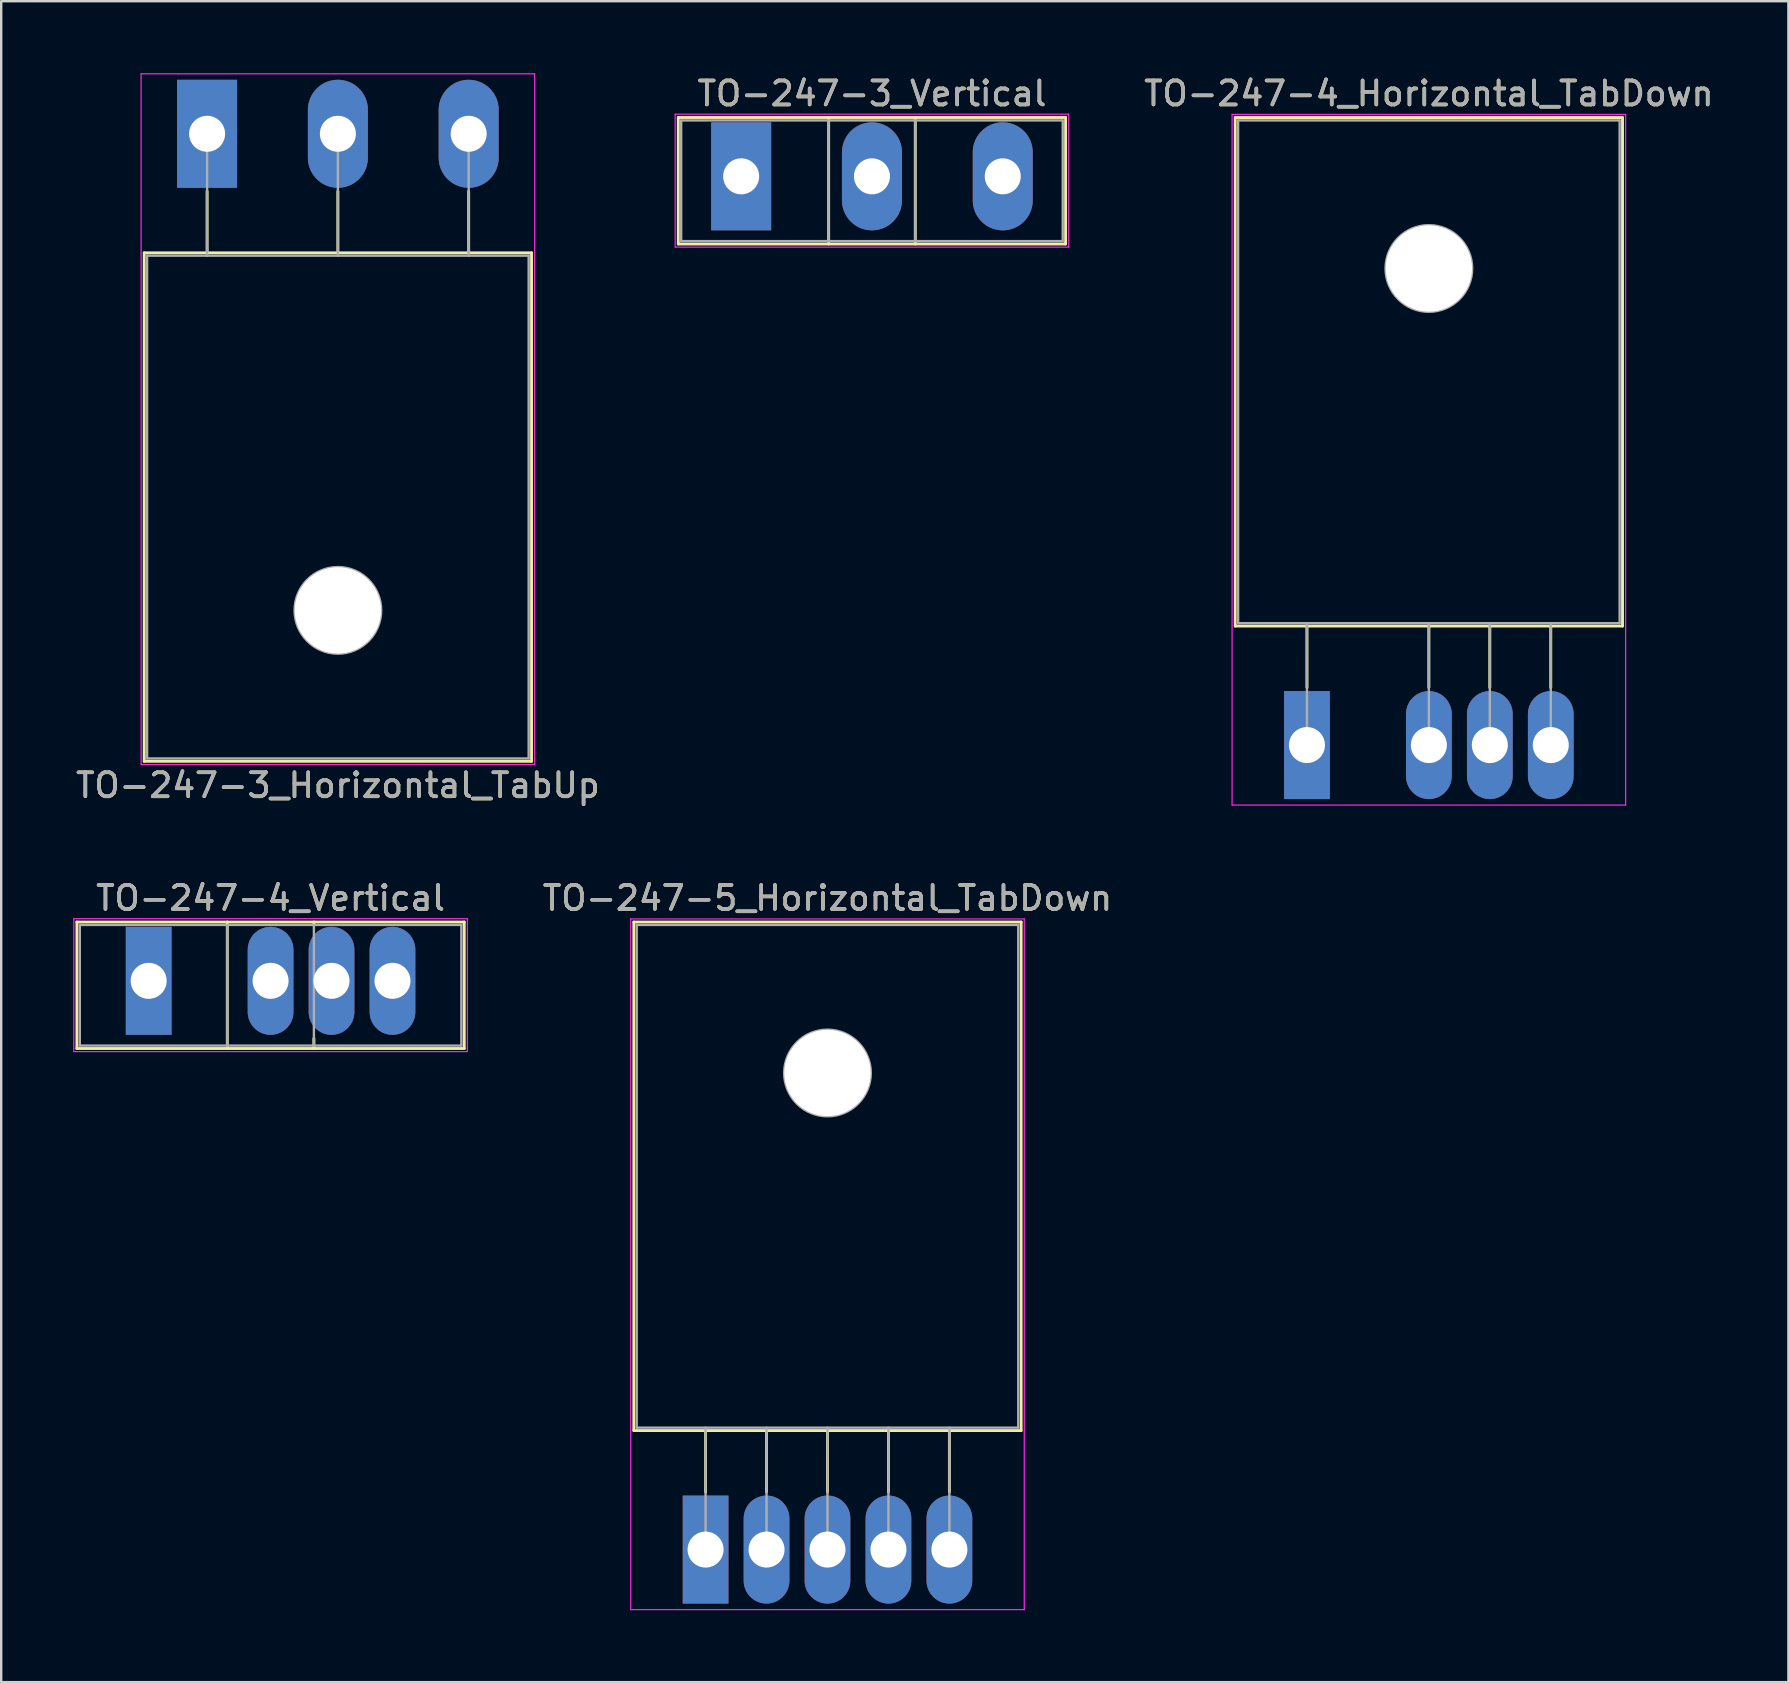
<source format=kicad_pcb>
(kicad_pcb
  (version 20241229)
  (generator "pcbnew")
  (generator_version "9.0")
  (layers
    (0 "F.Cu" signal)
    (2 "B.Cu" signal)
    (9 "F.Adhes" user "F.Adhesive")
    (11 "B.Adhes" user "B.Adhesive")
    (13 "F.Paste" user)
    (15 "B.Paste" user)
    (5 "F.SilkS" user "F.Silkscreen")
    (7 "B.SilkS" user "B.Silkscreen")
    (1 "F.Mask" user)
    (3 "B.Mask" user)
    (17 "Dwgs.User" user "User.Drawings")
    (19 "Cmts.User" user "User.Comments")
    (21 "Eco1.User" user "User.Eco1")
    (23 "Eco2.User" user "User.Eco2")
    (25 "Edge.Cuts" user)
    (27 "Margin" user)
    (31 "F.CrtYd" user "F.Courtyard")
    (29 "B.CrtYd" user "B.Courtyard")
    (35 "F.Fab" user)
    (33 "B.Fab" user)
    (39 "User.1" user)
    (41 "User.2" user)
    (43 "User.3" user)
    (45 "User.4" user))
  (footprint "TO-247-4_Horizontal_TabDown"
    (layer "F.Cu")
    (at 51.412 27.998)
    (property "Reference" "TO-247-4_Horizontal_TabDown" (at 5.08 -27.15 0) (layer "F.SilkS") (effects (font (size 1 1) (thickness 0.15))))
    (attr through_hole)
    (fp_line (start -2.99 -26.15) (end -2.99 -4.96) (stroke (width 0.12) (type solid)) (layer "F.SilkS"))
    (fp_line (start -2.99 -26.15) (end 13.15 -26.15) (stroke (width 0.12) (type solid)) (layer "F.SilkS"))
    (fp_line (start -2.99 -4.96) (end 13.15 -4.96) (stroke (width 0.12) (type solid)) (layer "F.SilkS"))
    (fp_line (start 0 -4.96) (end 0 -2.4) (stroke (width 0.12) (type solid)) (layer "F.SilkS"))
    (fp_line (start 5.08 -4.96) (end 5.08 -2.4) (stroke (width 0.12) (type solid)) (layer "F.SilkS"))
    (fp_line (start 7.62 -4.96) (end 7.62 -2.4) (stroke (width 0.12) (type solid)) (layer "F.SilkS"))
    (fp_line (start 10.16 -4.96) (end 10.16 -2.4) (stroke (width 0.12) (type solid)) (layer "F.SilkS"))
    (fp_line (start 13.15 -26.15) (end 13.15 -4.96) (stroke (width 0.12) (type solid)) (layer "F.SilkS"))
    (fp_line (start -3.12 -26.28) (end -3.12 2.5) (stroke (width 0.05) (type solid)) (layer "F.CrtYd"))
    (fp_line (start -3.12 2.5) (end 13.28 2.5) (stroke (width 0.05) (type solid)) (layer "F.CrtYd"))
    (fp_line (start 13.28 -26.28) (end -3.12 -26.28) (stroke (width 0.05) (type solid)) (layer "F.CrtYd"))
    (fp_line (start 13.28 2.5) (end 13.28 -26.28) (stroke (width 0.05) (type solid)) (layer "F.CrtYd"))
    (fp_line (start -2.87 -26.03) (end 13.03 -26.03) (stroke (width 0.1) (type solid)) (layer "F.Fab"))
    (fp_line (start -2.87 -5.08) (end -2.87 -26.03) (stroke (width 0.1) (type solid)) (layer "F.Fab"))
    (fp_line (start 0 -5.08) (end 0 0) (stroke (width 0.1) (type solid)) (layer "F.Fab"))
    (fp_line (start 5.08 -5.08) (end 5.08 0) (stroke (width 0.1) (type solid)) (layer "F.Fab"))
    (fp_line (start 7.62 -5.08) (end 7.62 0) (stroke (width 0.1) (type solid)) (layer "F.Fab"))
    (fp_line (start 10.16 -5.08) (end 10.16 0) (stroke (width 0.1) (type solid)) (layer "F.Fab"))
    (fp_line (start 13.03 -26.03) (end 13.03 -5.08) (stroke (width 0.1) (type solid)) (layer "F.Fab"))
    (fp_line (start 13.03 -5.08) (end -2.87 -5.08) (stroke (width 0.1) (type solid)) (layer "F.Fab"))
    (fp_circle (center 5.08 -19.86) (end 6.885 -19.86) (stroke (width 0.1) (type solid)) (fill no) (layer "F.Fab"))
    (fp_text user "${REFERENCE}" (at 5.08 -27.15 0) (layer "F.Fab") (effects (font (size 1 1) (thickness 0.15))))
    (pad "" np_thru_hole oval (at 5.08 -19.86) (size 3.6 3.6) (drill 3.6) (layers "*.Cu" "*.Mask"))
    (pad "1" thru_hole rect (at 0 0) (size 1.905 4.5) (drill 1.5) (layers "*.Cu" "*.Mask"))
    (pad "2" thru_hole oval (at 5.08 0) (size 1.905 4.5) (drill 1.5) (layers "*.Cu" "*.Mask"))
    (pad "3" thru_hole oval (at 7.62 0) (size 1.905 4.5) (drill 1.5) (layers "*.Cu" "*.Mask"))
    (pad "4" thru_hole oval (at 10.16 0) (size 1.905 4.5) (drill 1.5) (layers "*.Cu" "*.Mask")))
  (footprint "TO-247-3_Horizontal_TabUp"
    (layer "F.Cu")
    (at 5.58 2.525)
    (property "Reference" "TO-247-3_Horizontal_TabUp" (at 5.45 27.15 0) (layer "F.SilkS") (effects (font (size 1 1) (thickness 0.15))))
    (attr through_hole)
    (fp_line (start -2.62 4.96) (end -2.62 26.15) (stroke (width 0.12) (type solid)) (layer "F.SilkS"))
    (fp_line (start -2.62 4.96) (end 13.52 4.96) (stroke (width 0.12) (type solid)) (layer "F.SilkS"))
    (fp_line (start -2.62 26.15) (end 13.52 26.15) (stroke (width 0.12) (type solid)) (layer "F.SilkS"))
    (fp_line (start 0 2.4) (end 0 4.96) (stroke (width 0.12) (type solid)) (layer "F.SilkS"))
    (fp_line (start 5.45 2.4) (end 5.45 4.96) (stroke (width 0.12) (type solid)) (layer "F.SilkS"))
    (fp_line (start 10.9 2.4) (end 10.9 4.96) (stroke (width 0.12) (type solid)) (layer "F.SilkS"))
    (fp_line (start 13.52 4.96) (end 13.52 26.15) (stroke (width 0.12) (type solid)) (layer "F.SilkS"))
    (fp_line (start -2.75 -2.5) (end -2.75 26.28) (stroke (width 0.05) (type solid)) (layer "F.CrtYd"))
    (fp_line (start -2.75 26.28) (end 13.65 26.28) (stroke (width 0.05) (type solid)) (layer "F.CrtYd"))
    (fp_line (start 13.65 -2.5) (end -2.75 -2.5) (stroke (width 0.05) (type solid)) (layer "F.CrtYd"))
    (fp_line (start 13.65 26.28) (end 13.65 -2.5) (stroke (width 0.05) (type solid)) (layer "F.CrtYd"))
    (fp_line (start -2.5 5.08) (end -2.5 26.03) (stroke (width 0.1) (type solid)) (layer "F.Fab"))
    (fp_line (start -2.5 26.03) (end 13.4 26.03) (stroke (width 0.1) (type solid)) (layer "F.Fab"))
    (fp_line (start 0 5.08) (end 0 0) (stroke (width 0.1) (type solid)) (layer "F.Fab"))
    (fp_line (start 5.45 5.08) (end 5.45 0) (stroke (width 0.1) (type solid)) (layer "F.Fab"))
    (fp_line (start 10.9 5.08) (end 10.9 0) (stroke (width 0.1) (type solid)) (layer "F.Fab"))
    (fp_line (start 13.4 5.08) (end -2.5 5.08) (stroke (width 0.1) (type solid)) (layer "F.Fab"))
    (fp_line (start 13.4 26.03) (end 13.4 5.08) (stroke (width 0.1) (type solid)) (layer "F.Fab"))
    (fp_circle (center 5.45 19.86) (end 7.255 19.86) (stroke (width 0.1) (type solid)) (fill no) (layer "F.Fab"))
    (fp_text user "${REFERENCE}" (at 5.45 27.15 0) (layer "F.Fab") (effects (font (size 1 1) (thickness 0.15))))
    (pad "" np_thru_hole oval (at 5.45 19.86) (size 3.6 3.6) (drill 3.6) (layers "*.Cu" "*.Mask"))
    (pad "1" thru_hole rect (at 0 0) (size 2.5 4.5) (drill 1.5) (layers "*.Cu" "*.Mask"))
    (pad "2" thru_hole oval (at 5.45 0) (size 2.5 4.5) (drill 1.5) (layers "*.Cu" "*.Mask"))
    (pad "3" thru_hole oval (at 10.9 0) (size 2.5 4.5) (drill 1.5) (layers "*.Cu" "*.Mask")))
  (footprint "TO-247-4_Vertical"
    (layer "F.Cu")
    (at 3.145 37.822)
    (property "Reference" "TO-247-4_Vertical" (at 5.08 -3.45 0) (layer "F.SilkS") (effects (font (size 1 1) (thickness 0.15))))
    (attr through_hole)
    (fp_line (start -2.99 -2.451) (end -2.99 2.82) (stroke (width 0.12) (type solid)) (layer "F.SilkS"))
    (fp_line (start -2.99 -2.451) (end 13.15 -2.451) (stroke (width 0.12) (type solid)) (layer "F.SilkS"))
    (fp_line (start -2.99 2.82) (end 13.15 2.82) (stroke (width 0.12) (type solid)) (layer "F.SilkS"))
    (fp_line (start 3.276 -2.451) (end 3.276 2.82) (stroke (width 0.12) (type solid)) (layer "F.SilkS"))
    (fp_line (start 6.885 -2.451) (end 6.885 -2.4) (stroke (width 0.12) (type solid)) (layer "F.SilkS"))
    (fp_line (start 6.885 2.4) (end 6.885 2.82) (stroke (width 0.12) (type solid)) (layer "F.SilkS"))
    (fp_line (start 13.15 -2.451) (end 13.15 2.82) (stroke (width 0.12) (type solid)) (layer "F.SilkS"))
    (fp_line (start -3.12 -2.59) (end -3.12 2.95) (stroke (width 0.05) (type solid)) (layer "F.CrtYd"))
    (fp_line (start -3.12 2.95) (end 13.28 2.95) (stroke (width 0.05) (type solid)) (layer "F.CrtYd"))
    (fp_line (start 13.28 -2.59) (end -3.12 -2.59) (stroke (width 0.05) (type solid)) (layer "F.CrtYd"))
    (fp_line (start 13.28 2.95) (end 13.28 -2.59) (stroke (width 0.05) (type solid)) (layer "F.CrtYd"))
    (fp_line (start -2.87 -2.33) (end -2.87 2.7) (stroke (width 0.1) (type solid)) (layer "F.Fab"))
    (fp_line (start -2.87 2.7) (end 13.03 2.7) (stroke (width 0.1) (type solid)) (layer "F.Fab"))
    (fp_line (start 3.275 -2.33) (end 3.275 2.7) (stroke (width 0.1) (type solid)) (layer "F.Fab"))
    (fp_line (start 6.885 -2.33) (end 6.885 2.7) (stroke (width 0.1) (type solid)) (layer "F.Fab"))
    (fp_line (start 13.03 -2.33) (end -2.87 -2.33) (stroke (width 0.1) (type solid)) (layer "F.Fab"))
    (fp_line (start 13.03 2.7) (end 13.03 -2.33) (stroke (width 0.1) (type solid)) (layer "F.Fab"))
    (fp_text user "${REFERENCE}" (at 5.08 -3.45 0) (layer "F.Fab") (effects (font (size 1 1) (thickness 0.15))))
    (pad "1" thru_hole rect (at 0 0) (size 1.905 4.5) (drill 1.5) (layers "*.Cu" "*.Mask"))
    (pad "2" thru_hole oval (at 5.08 0) (size 1.905 4.5) (drill 1.5) (layers "*.Cu" "*.Mask"))
    (pad "3" thru_hole oval (at 7.62 0) (size 1.905 4.5) (drill 1.5) (layers "*.Cu" "*.Mask"))
    (pad "4" thru_hole oval (at 10.16 0) (size 1.905 4.5) (drill 1.5) (layers "*.Cu" "*.Mask")))
  (footprint "TO-247-3_Vertical"
    (layer "F.Cu")
    (at 27.835 4.298)
    (property "Reference" "TO-247-3_Vertical" (at 5.45 -3.45 0) (layer "F.SilkS") (effects (font (size 1 1) (thickness 0.15))))
    (attr through_hole)
    (fp_line (start -2.62 -2.451) (end -2.62 2.82) (stroke (width 0.12) (type solid)) (layer "F.SilkS"))
    (fp_line (start -2.62 -2.451) (end 13.52 -2.451) (stroke (width 0.12) (type solid)) (layer "F.SilkS"))
    (fp_line (start -2.62 2.82) (end 13.52 2.82) (stroke (width 0.12) (type solid)) (layer "F.SilkS"))
    (fp_line (start 3.646 -2.451) (end 3.646 2.82) (stroke (width 0.12) (type solid)) (layer "F.SilkS"))
    (fp_line (start 7.255 -2.451) (end 7.255 2.82) (stroke (width 0.12) (type solid)) (layer "F.SilkS"))
    (fp_line (start 13.52 -2.451) (end 13.52 2.82) (stroke (width 0.12) (type solid)) (layer "F.SilkS"))
    (fp_line (start -2.75 -2.59) (end -2.75 2.95) (stroke (width 0.05) (type solid)) (layer "F.CrtYd"))
    (fp_line (start -2.75 2.95) (end 13.65 2.95) (stroke (width 0.05) (type solid)) (layer "F.CrtYd"))
    (fp_line (start 13.65 -2.59) (end -2.75 -2.59) (stroke (width 0.05) (type solid)) (layer "F.CrtYd"))
    (fp_line (start 13.65 2.95) (end 13.65 -2.59) (stroke (width 0.05) (type solid)) (layer "F.CrtYd"))
    (fp_line (start -2.5 -2.33) (end -2.5 2.7) (stroke (width 0.1) (type solid)) (layer "F.Fab"))
    (fp_line (start -2.5 2.7) (end 13.4 2.7) (stroke (width 0.1) (type solid)) (layer "F.Fab"))
    (fp_line (start 3.645 -2.33) (end 3.645 2.7) (stroke (width 0.1) (type solid)) (layer "F.Fab"))
    (fp_line (start 7.255 -2.33) (end 7.255 2.7) (stroke (width 0.1) (type solid)) (layer "F.Fab"))
    (fp_line (start 13.4 -2.33) (end -2.5 -2.33) (stroke (width 0.1) (type solid)) (layer "F.Fab"))
    (fp_line (start 13.4 2.7) (end 13.4 -2.33) (stroke (width 0.1) (type solid)) (layer "F.Fab"))
    (fp_text user "${REFERENCE}" (at 5.45 -3.45 0) (layer "F.Fab") (effects (font (size 1 1) (thickness 0.15))))
    (pad "1" thru_hole rect (at 0 0) (size 2.5 4.5) (drill 1.5) (layers "*.Cu" "*.Mask"))
    (pad "2" thru_hole oval (at 5.45 0) (size 2.5 4.5) (drill 1.5) (layers "*.Cu" "*.Mask"))
    (pad "3" thru_hole oval (at 10.9 0) (size 2.5 4.5) (drill 1.5) (layers "*.Cu" "*.Mask")))
  (footprint "TO-247-5_Horizontal_TabDown"
    (layer "F.Cu")
    (at 26.352 61.522)
    (property "Reference" "TO-247-5_Horizontal_TabDown" (at 5.08 -27.15 0) (layer "F.SilkS") (effects (font (size 1 1) (thickness 0.15))))
    (attr through_hole)
    (fp_line (start -2.99 -26.15) (end -2.99 -4.96) (stroke (width 0.12) (type solid)) (layer "F.SilkS"))
    (fp_line (start -2.99 -26.15) (end 13.15 -26.15) (stroke (width 0.12) (type solid)) (layer "F.SilkS"))
    (fp_line (start -2.99 -4.96) (end 13.15 -4.96) (stroke (width 0.12) (type solid)) (layer "F.SilkS"))
    (fp_line (start 0 -4.96) (end 0 -2.4) (stroke (width 0.12) (type solid)) (layer "F.SilkS"))
    (fp_line (start 2.54 -4.96) (end 2.54 -2.4) (stroke (width 0.12) (type solid)) (layer "F.SilkS"))
    (fp_line (start 5.08 -4.96) (end 5.08 -2.4) (stroke (width 0.12) (type solid)) (layer "F.SilkS"))
    (fp_line (start 7.62 -4.96) (end 7.62 -2.4) (stroke (width 0.12) (type solid)) (layer "F.SilkS"))
    (fp_line (start 10.16 -4.96) (end 10.16 -2.4) (stroke (width 0.12) (type solid)) (layer "F.SilkS"))
    (fp_line (start 13.15 -26.15) (end 13.15 -4.96) (stroke (width 0.12) (type solid)) (layer "F.SilkS"))
    (fp_line (start -3.12 -26.28) (end -3.12 2.5) (stroke (width 0.05) (type solid)) (layer "F.CrtYd"))
    (fp_line (start -3.12 2.5) (end 13.28 2.5) (stroke (width 0.05) (type solid)) (layer "F.CrtYd"))
    (fp_line (start 13.28 -26.28) (end -3.12 -26.28) (stroke (width 0.05) (type solid)) (layer "F.CrtYd"))
    (fp_line (start 13.28 2.5) (end 13.28 -26.28) (stroke (width 0.05) (type solid)) (layer "F.CrtYd"))
    (fp_line (start -2.87 -26.03) (end 13.03 -26.03) (stroke (width 0.1) (type solid)) (layer "F.Fab"))
    (fp_line (start -2.87 -5.08) (end -2.87 -26.03) (stroke (width 0.1) (type solid)) (layer "F.Fab"))
    (fp_line (start 0 -5.08) (end 0 0) (stroke (width 0.1) (type solid)) (layer "F.Fab"))
    (fp_line (start 2.54 -5.08) (end 2.54 0) (stroke (width 0.1) (type solid)) (layer "F.Fab"))
    (fp_line (start 5.08 -5.08) (end 5.08 0) (stroke (width 0.1) (type solid)) (layer "F.Fab"))
    (fp_line (start 7.62 -5.08) (end 7.62 0) (stroke (width 0.1) (type solid)) (layer "F.Fab"))
    (fp_line (start 10.16 -5.08) (end 10.16 0) (stroke (width 0.1) (type solid)) (layer "F.Fab"))
    (fp_line (start 13.03 -26.03) (end 13.03 -5.08) (stroke (width 0.1) (type solid)) (layer "F.Fab"))
    (fp_line (start 13.03 -5.08) (end -2.87 -5.08) (stroke (width 0.1) (type solid)) (layer "F.Fab"))
    (fp_circle (center 5.08 -19.86) (end 6.885 -19.86) (stroke (width 0.1) (type solid)) (fill no) (layer "F.Fab"))
    (fp_text user "${REFERENCE}" (at 5.08 -27.15 0) (layer "F.Fab") (effects (font (size 1 1) (thickness 0.15))))
    (pad "" np_thru_hole oval (at 5.08 -19.86) (size 3.6 3.6) (drill 3.6) (layers "*.Cu" "*.Mask"))
    (pad "1" thru_hole rect (at 0 0) (size 1.905 4.5) (drill 1.5) (layers "*.Cu" "*.Mask"))
    (pad "2" thru_hole oval (at 2.54 0) (size 1.905 4.5) (drill 1.5) (layers "*.Cu" "*.Mask"))
    (pad "3" thru_hole oval (at 5.08 0) (size 1.905 4.5) (drill 1.5) (layers "*.Cu" "*.Mask"))
    (pad "4" thru_hole oval (at 7.62 0) (size 1.905 4.5) (drill 1.5) (layers "*.Cu" "*.Mask"))
    (pad "5" thru_hole oval (at 10.16 0) (size 1.905 4.5) (drill 1.5) (layers "*.Cu" "*.Mask")))
  (gr_rect
    (start -3 -3)
    (end 71.474 67.046)
    (stroke (width 0.1) (type default))
    (fill no)
    (layer "Edge.Cuts")))
</source>
